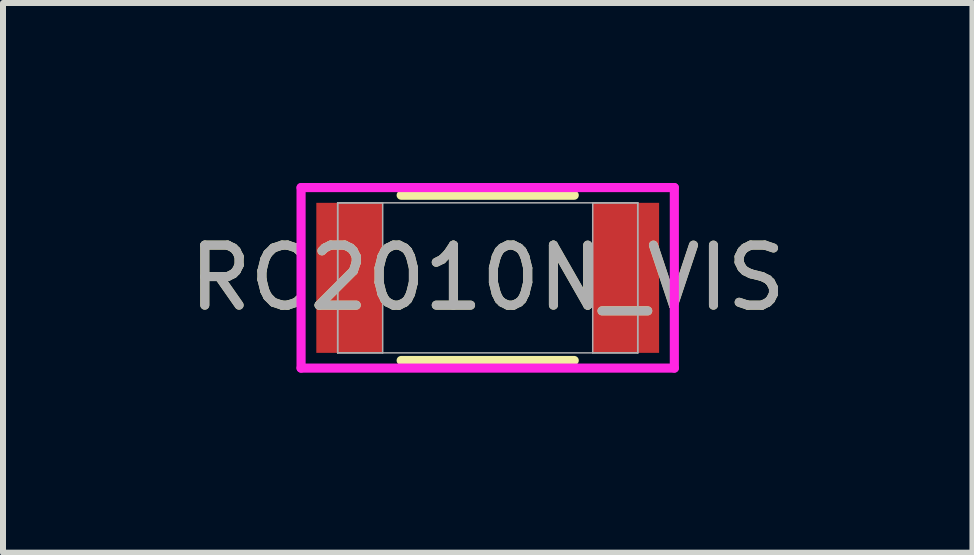
<source format=kicad_pcb>
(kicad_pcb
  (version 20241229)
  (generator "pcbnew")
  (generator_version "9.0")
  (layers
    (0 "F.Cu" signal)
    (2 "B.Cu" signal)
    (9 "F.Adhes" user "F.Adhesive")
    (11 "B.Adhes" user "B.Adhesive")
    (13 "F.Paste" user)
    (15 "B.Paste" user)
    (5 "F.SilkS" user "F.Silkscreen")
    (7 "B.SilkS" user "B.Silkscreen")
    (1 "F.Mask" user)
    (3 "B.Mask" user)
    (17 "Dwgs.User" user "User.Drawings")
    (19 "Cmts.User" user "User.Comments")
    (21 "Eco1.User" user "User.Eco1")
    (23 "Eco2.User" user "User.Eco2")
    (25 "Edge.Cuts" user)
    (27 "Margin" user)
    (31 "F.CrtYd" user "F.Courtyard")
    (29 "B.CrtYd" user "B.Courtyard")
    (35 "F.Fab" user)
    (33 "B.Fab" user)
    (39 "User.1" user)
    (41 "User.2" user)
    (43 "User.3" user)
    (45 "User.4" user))
  (footprint "RC2010N_VIS"
    (layer "F.Cu")
    (at 5.077 1.58)
    (property "Reference" "RC2010N_VIS" (at 0 0 0) (unlocked yes) (layer "F.SilkS") (effects (font (size 1 1) (thickness 0.15))))
    (attr smd)
    (fp_line (start -1.442 1.377) (end 1.442 1.377) (stroke (width 0.152) (type solid)) (layer "F.SilkS"))
    (fp_line (start 1.442 -1.377) (end -1.442 -1.377) (stroke (width 0.152) (type solid)) (layer "F.SilkS"))
    (fp_line (start -3.11 -1.504) (end 3.11 -1.504) (stroke (width 0.152) (type solid)) (layer "F.CrtYd"))
    (fp_line (start -3.11 1.504) (end -3.11 -1.504) (stroke (width 0.152) (type solid)) (layer "F.CrtYd"))
    (fp_line (start 3.11 -1.504) (end 3.11 1.504) (stroke (width 0.152) (type solid)) (layer "F.CrtYd"))
    (fp_line (start 3.11 1.504) (end -3.11 1.504) (stroke (width 0.152) (type solid)) (layer "F.CrtYd"))
    (fp_line (start -2.5 -1.25) (end -2.5 1.25) (stroke (width 0.025) (type solid)) (layer "F.Fab"))
    (fp_line (start -2.5 -1.25) (end -2.5 1.25) (stroke (width 0.025) (type solid)) (layer "F.Fab"))
    (fp_line (start -2.5 1.25) (end -1.75 1.25) (stroke (width 0.025) (type solid)) (layer "F.Fab"))
    (fp_line (start -2.5 1.25) (end 2.5 1.25) (stroke (width 0.025) (type solid)) (layer "F.Fab"))
    (fp_line (start -1.75 -1.25) (end -2.5 -1.25) (stroke (width 0.025) (type solid)) (layer "F.Fab"))
    (fp_line (start -1.75 1.25) (end -1.75 -1.25) (stroke (width 0.025) (type solid)) (layer "F.Fab"))
    (fp_line (start 1.75 -1.25) (end 1.75 1.25) (stroke (width 0.025) (type solid)) (layer "F.Fab"))
    (fp_line (start 1.75 1.25) (end 2.5 1.25) (stroke (width 0.025) (type solid)) (layer "F.Fab"))
    (fp_line (start 2.5 -1.25) (end -2.5 -1.25) (stroke (width 0.025) (type solid)) (layer "F.Fab"))
    (fp_line (start 2.5 -1.25) (end 1.75 -1.25) (stroke (width 0.025) (type solid)) (layer "F.Fab"))
    (fp_line (start 2.5 1.25) (end 2.5 -1.25) (stroke (width 0.025) (type solid)) (layer "F.Fab"))
    (fp_line (start 2.5 1.25) (end 2.5 -1.25) (stroke (width 0.025) (type solid)) (layer "F.Fab"))
    (fp_text user "${REFERENCE}" (at 0 0 0) (unlocked yes) (layer "F.Fab") (effects (font (size 1 1) (thickness 0.15))))
    (pad "1" smd rect (at -2.303 0) (size 1.106 2.5) (layers "F.Cu" "F.Mask" "F.Paste"))
    (pad "2" smd rect (at 2.303 0) (size 1.106 2.5) (layers "F.Cu" "F.Mask" "F.Paste"))
    (zone (net_name "") (layer "F.Cu") (hatch full 0.508) (connect_pads) (min_thickness 0.254) (filled_areas_thickness no) (keepout (tracks not_allowed) (vias not_allowed) (pads allowed) (copperpour not_allowed) (footprints allowed)) (placement (enabled no)) (fill) (polygon (pts (xy 3.378 0.381) (xy 6.777 0.381) (xy 6.777 2.779) (xy 3.378 2.779)))))
  (gr_rect
    (start -3 -3)
    (end 13.155 6.16)
    (stroke (width 0.1) (type default))
    (fill no)
    (layer "Edge.Cuts")))
</source>
